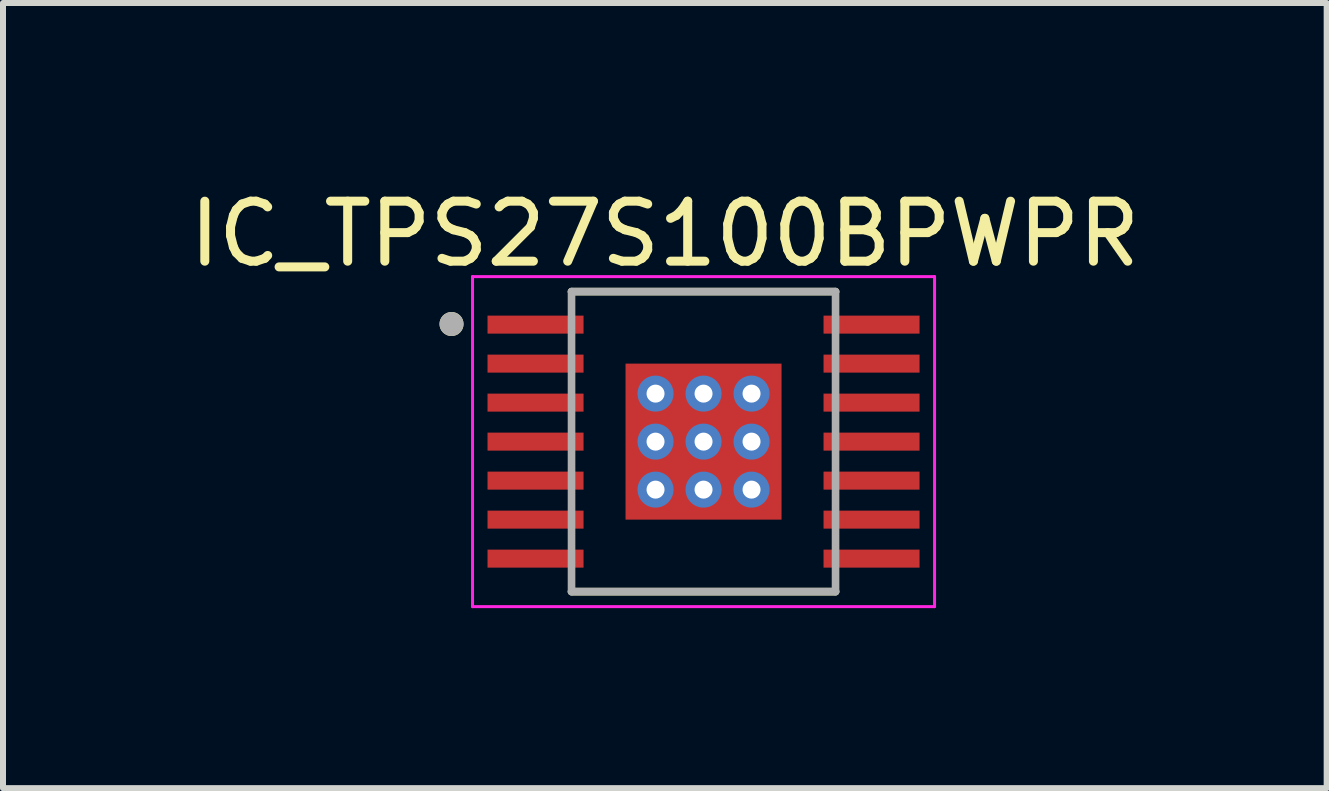
<source format=kicad_pcb>
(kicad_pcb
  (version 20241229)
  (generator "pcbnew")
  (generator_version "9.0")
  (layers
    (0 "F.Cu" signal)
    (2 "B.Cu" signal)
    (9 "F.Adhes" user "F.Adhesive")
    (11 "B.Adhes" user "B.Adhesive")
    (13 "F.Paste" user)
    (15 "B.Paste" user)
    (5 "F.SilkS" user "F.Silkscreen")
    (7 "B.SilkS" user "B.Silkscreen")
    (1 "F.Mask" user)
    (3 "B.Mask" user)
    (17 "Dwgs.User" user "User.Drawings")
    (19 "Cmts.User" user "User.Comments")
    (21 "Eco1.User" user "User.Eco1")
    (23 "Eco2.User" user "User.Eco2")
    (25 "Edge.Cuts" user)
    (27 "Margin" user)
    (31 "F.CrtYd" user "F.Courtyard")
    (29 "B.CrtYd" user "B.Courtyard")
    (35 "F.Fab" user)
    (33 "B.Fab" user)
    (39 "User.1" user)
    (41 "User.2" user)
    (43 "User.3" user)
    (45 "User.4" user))
  (footprint "IC_TPS27S100BPWPR"
    (layer "F.Cu")
    (at 8.675 4.31)
    (property "Reference" "IC_TPS27S100BPWPR" (at -0.645 -3.462 0) (layer "F.SilkS") (effects (font (size 1 1) (thickness 0.15))))
    (attr smd)
    (fp_poly (pts (xy -1.23 -1.155) (xy 1.23 -1.155) (xy 1.23 1.155) (xy -1.23 1.155)) (stroke (width 0.01) (type solid)) (fill yes) (layer "F.Mask"))
    (fp_line (start -2.2 -2.5) (end 2.2 -2.5) (stroke (width 0.127) (type solid)) (layer "F.SilkS"))
    (fp_line (start -2.2 2.5) (end 2.2 2.5) (stroke (width 0.127) (type solid)) (layer "F.SilkS"))
    (fp_circle (center -4.2 -1.96) (end -4.1 -1.96) (stroke (width 0.2) (type solid)) (fill no) (layer "F.SilkS"))
    (fp_poly (pts (xy -3.575 -2.075) (xy -2.025 -2.075) (xy -2.025 -1.825) (xy -3.575 -1.825)) (stroke (width 0.01) (type solid)) (fill yes) (layer "F.Paste"))
    (fp_poly (pts (xy -3.575 -1.425) (xy -2.025 -1.425) (xy -2.025 -1.175) (xy -3.575 -1.175)) (stroke (width 0.01) (type solid)) (fill yes) (layer "F.Paste"))
    (fp_poly (pts (xy -3.575 -0.775) (xy -2.025 -0.775) (xy -2.025 -0.525) (xy -3.575 -0.525)) (stroke (width 0.01) (type solid)) (fill yes) (layer "F.Paste"))
    (fp_poly (pts (xy -3.575 -0.125) (xy -2.025 -0.125) (xy -2.025 0.125) (xy -3.575 0.125)) (stroke (width 0.01) (type solid)) (fill yes) (layer "F.Paste"))
    (fp_poly (pts (xy -3.575 0.525) (xy -2.025 0.525) (xy -2.025 0.775) (xy -3.575 0.775)) (stroke (width 0.01) (type solid)) (fill yes) (layer "F.Paste"))
    (fp_poly (pts (xy -3.575 1.175) (xy -2.025 1.175) (xy -2.025 1.425) (xy -3.575 1.425)) (stroke (width 0.01) (type solid)) (fill yes) (layer "F.Paste"))
    (fp_poly (pts (xy -3.575 1.825) (xy -2.025 1.825) (xy -2.025 2.075) (xy -3.575 2.075)) (stroke (width 0.01) (type solid)) (fill yes) (layer "F.Paste"))
    (fp_poly (pts (xy -1.23 -1.155) (xy 1.23 -1.155) (xy 1.23 1.155) (xy -1.23 1.155)) (stroke (width 0.01) (type solid)) (fill yes) (layer "F.Paste"))
    (fp_poly (pts (xy 2.025 -2.075) (xy 3.575 -2.075) (xy 3.575 -1.825) (xy 2.025 -1.825)) (stroke (width 0.01) (type solid)) (fill yes) (layer "F.Paste"))
    (fp_poly (pts (xy 2.025 -1.425) (xy 3.575 -1.425) (xy 3.575 -1.175) (xy 2.025 -1.175)) (stroke (width 0.01) (type solid)) (fill yes) (layer "F.Paste"))
    (fp_poly (pts (xy 2.025 -0.775) (xy 3.575 -0.775) (xy 3.575 -0.525) (xy 2.025 -0.525)) (stroke (width 0.01) (type solid)) (fill yes) (layer "F.Paste"))
    (fp_poly (pts (xy 2.025 -0.125) (xy 3.575 -0.125) (xy 3.575 0.125) (xy 2.025 0.125)) (stroke (width 0.01) (type solid)) (fill yes) (layer "F.Paste"))
    (fp_poly (pts (xy 2.025 0.525) (xy 3.575 0.525) (xy 3.575 0.775) (xy 2.025 0.775)) (stroke (width 0.01) (type solid)) (fill yes) (layer "F.Paste"))
    (fp_poly (pts (xy 2.025 1.175) (xy 3.575 1.175) (xy 3.575 1.425) (xy 2.025 1.425)) (stroke (width 0.01) (type solid)) (fill yes) (layer "F.Paste"))
    (fp_poly (pts (xy 2.025 1.825) (xy 3.575 1.825) (xy 3.575 2.075) (xy 2.025 2.075)) (stroke (width 0.01) (type solid)) (fill yes) (layer "F.Paste"))
    (fp_line (start -3.85 -2.75) (end -3.85 2.75) (stroke (width 0.05) (type solid)) (layer "F.CrtYd"))
    (fp_line (start -3.85 -2.75) (end 3.85 -2.75) (stroke (width 0.05) (type solid)) (layer "F.CrtYd"))
    (fp_line (start -3.85 2.75) (end 3.85 2.75) (stroke (width 0.05) (type solid)) (layer "F.CrtYd"))
    (fp_line (start 3.85 -2.75) (end 3.85 2.75) (stroke (width 0.05) (type solid)) (layer "F.CrtYd"))
    (fp_line (start -2.2 -2.5) (end -2.2 2.5) (stroke (width 0.127) (type solid)) (layer "F.Fab"))
    (fp_line (start -2.2 -2.5) (end 2.2 -2.5) (stroke (width 0.127) (type solid)) (layer "F.Fab"))
    (fp_line (start -2.2 2.5) (end 2.2 2.5) (stroke (width 0.127) (type solid)) (layer "F.Fab"))
    (fp_line (start 2.2 -2.5) (end 2.2 2.5) (stroke (width 0.127) (type solid)) (layer "F.Fab"))
    (fp_circle (center -4.2 -1.96) (end -4.1 -1.96) (stroke (width 0.2) (type solid)) (fill no) (layer "F.Fab"))
    (pad "1" smd rect (at -2.8 -1.95) (size 1.6 0.3) (layers "F.Cu" "F.Mask"))
    (pad "2" smd rect (at -2.8 -1.3) (size 1.6 0.3) (layers "F.Cu" "F.Mask"))
    (pad "3" smd rect (at -2.8 -0.65) (size 1.6 0.3) (layers "F.Cu" "F.Mask"))
    (pad "4" smd rect (at -2.8 0) (size 1.6 0.3) (layers "F.Cu" "F.Mask"))
    (pad "5" smd rect (at -2.8 0.65) (size 1.6 0.3) (layers "F.Cu" "F.Mask"))
    (pad "6" smd rect (at -2.8 1.3) (size 1.6 0.3) (layers "F.Cu" "F.Mask"))
    (pad "7" smd rect (at -2.8 1.95) (size 1.6 0.3) (layers "F.Cu" "F.Mask"))
    (pad "8" smd rect (at 2.8 1.95) (size 1.6 0.3) (layers "F.Cu" "F.Mask"))
    (pad "9" smd rect (at 2.8 1.3) (size 1.6 0.3) (layers "F.Cu" "F.Mask"))
    (pad "10" smd rect (at 2.8 0.65) (size 1.6 0.3) (layers "F.Cu" "F.Mask"))
    (pad "11" smd rect (at 2.8 0) (size 1.6 0.3) (layers "F.Cu" "F.Mask"))
    (pad "12" smd rect (at 2.8 -0.65) (size 1.6 0.3) (layers "F.Cu" "F.Mask"))
    (pad "13" smd rect (at 2.8 -1.3) (size 1.6 0.3) (layers "F.Cu" "F.Mask"))
    (pad "14" smd rect (at 2.8 -1.95) (size 1.6 0.3) (layers "F.Cu" "F.Mask"))
    (pad "15" thru_hole circle (at -0.8 -0.8) (size 0.6 0.6) (drill 0.3) (property pad_prop_heatsink) (layers "*.Cu" "*.Mask"))
    (pad "15" thru_hole circle (at -0.8 0) (size 0.6 0.6) (drill 0.3) (property pad_prop_heatsink) (layers "*.Cu" "*.Mask"))
    (pad "15" thru_hole circle (at -0.8 0.8) (size 0.6 0.6) (drill 0.3) (property pad_prop_heatsink) (layers "*.Cu" "*.Mask"))
    (pad "15" thru_hole circle (at 0 -0.8) (size 0.6 0.6) (drill 0.3) (property pad_prop_heatsink) (layers "*.Cu" "*.Mask"))
    (pad "15" thru_hole circle (at 0 0) (size 0.6 0.6) (drill 0.3) (property pad_prop_heatsink) (layers "*.Cu" "*.Mask"))
    (pad "15" smd rect (at 0 0) (size 2.6 2.6) (property pad_prop_heatsink) (layers "F.Cu"))
    (pad "15" thru_hole circle (at 0 0.8) (size 0.6 0.6) (drill 0.3) (property pad_prop_heatsink) (layers "*.Cu" "*.Mask"))
    (pad "15" thru_hole circle (at 0.8 -0.8) (size 0.6 0.6) (drill 0.3) (property pad_prop_heatsink) (layers "*.Cu" "*.Mask"))
    (pad "15" thru_hole circle (at 0.8 0) (size 0.6 0.6) (drill 0.3) (property pad_prop_heatsink) (layers "*.Cu" "*.Mask"))
    (pad "15" thru_hole circle (at 0.8 0.8) (size 0.6 0.6) (drill 0.3) (property pad_prop_heatsink) (layers "*.Cu" "*.Mask")))
  (gr_rect
    (start -3 -3)
    (end 19.06 10.085)
    (stroke (width 0.1) (type default))
    (fill no)
    (layer "Edge.Cuts")))
</source>
